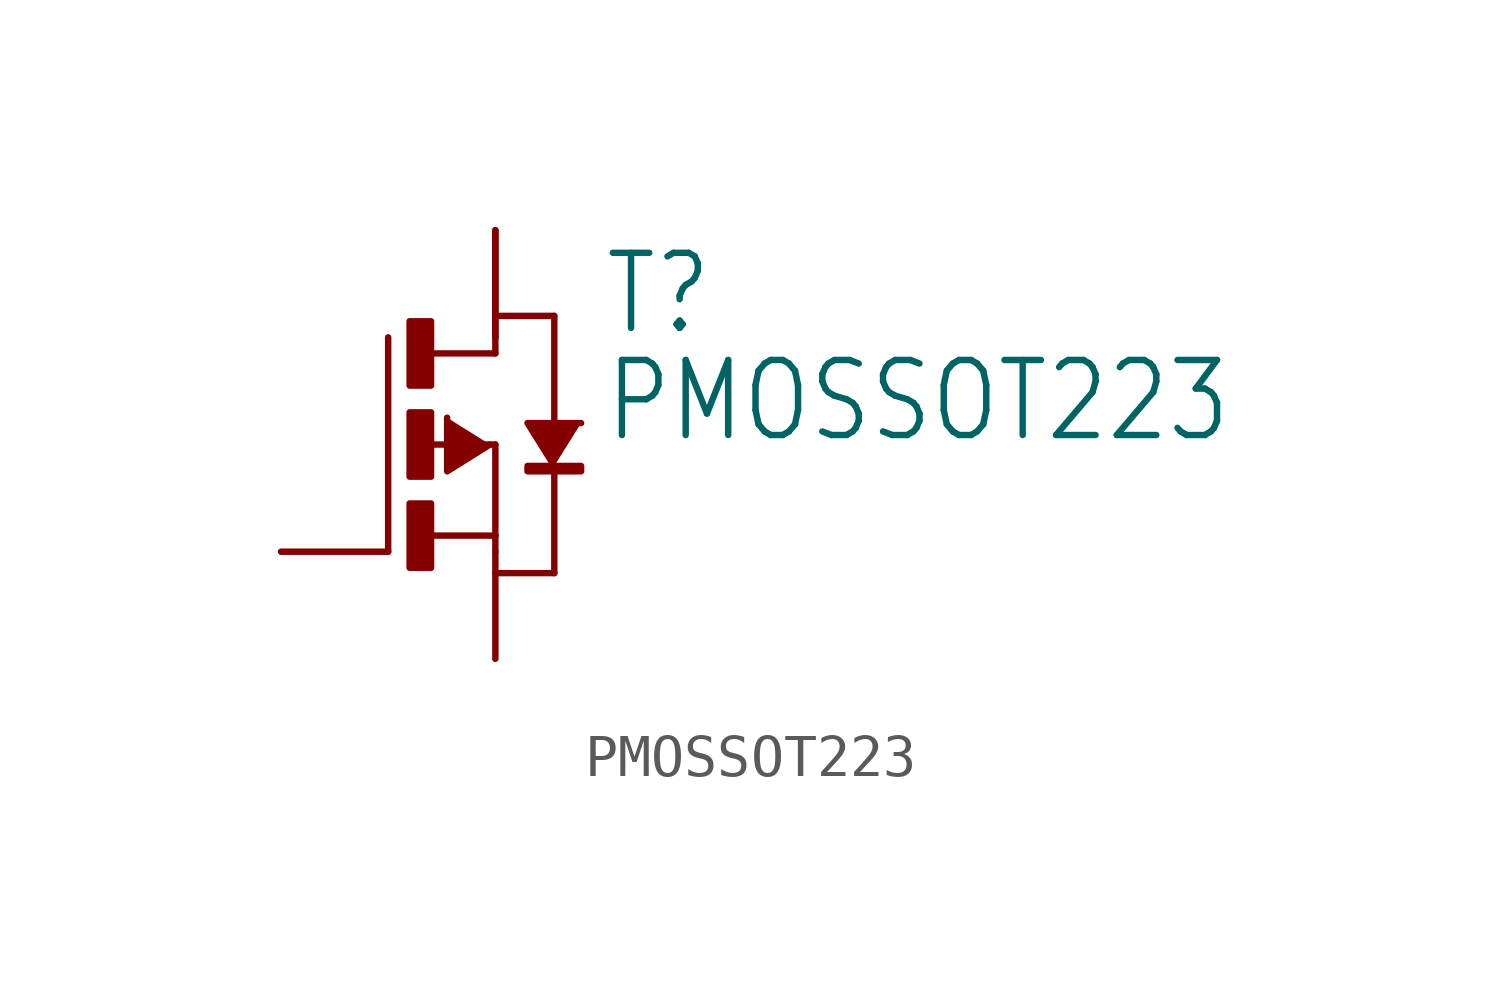
<source format=kicad_sym>
(kicad_symbol_lib
  (version 20211014)
  (generator kicad_symbol_editor)
  (symbol "PMOSSOT223"
    (property "Reference" "T"
      (at 2.54 2.54 0)
      (effects (font (size 1.778 1.511)) (justify left bottom)))
    (property "Value" "PMOSSOT223"
      (at 2.54 0 0)
      (effects (font (size 1.778 1.511)) (justify left bottom)))
    (property "ki_locked" ""
      (at 0 0 0)
      (effects (font (size 1.27 1.27))))
    (symbol "PMOSSOT223_1_0"
      (rectangle (start -2.032 -2.921) (end -1.524 -1.397) (stroke (width 0) (type default) (color 0 0 0 0)) (fill (type outline)))
      (rectangle (start -2.032 -0.762) (end -1.524 0.762) (stroke (width 0) (type default) (color 0 0 0 0)) (fill (type outline)))
      (rectangle (start -2.032 1.397) (end -1.524 2.921) (stroke (width 0) (type default) (color 0 0 0 0)) (fill (type outline)))
      (polyline (pts (xy -2.54 -2.54) (xy -2.54 2.54)) (stroke (width 0.152) (type default) (color 0 0 0 0)) (fill (type none)))
      (polyline (pts (xy -1.651 0) (xy 0 0)) (stroke (width 0.152) (type default) (color 0 0 0 0)) (fill (type none)))
      (polyline (pts (xy -1.524 -2.159) (xy 0 -2.159)) (stroke (width 0.152) (type default) (color 0 0 0 0)) (fill (type none)))
      (polyline (pts (xy -1.524 2.159) (xy 0 2.159)) (stroke (width 0.152) (type default) (color 0 0 0 0)) (fill (type none)))
      (polyline (pts (xy 0 -2.159) (xy 0 -2.54)) (stroke (width 0.152) (type default) (color 0 0 0 0)) (fill (type none)))
      (polyline (pts (xy 0 0) (xy 0 -2.159)) (stroke (width 0.152) (type default) (color 0 0 0 0)) (fill (type none)))
      (polyline (pts (xy 0 2.159) (xy 0 2.54)) (stroke (width 0.152) (type default) (color 0 0 0 0)) (fill (type none)))
      (polyline (pts (xy 0 3.048) (xy 1.397 3.048)) (stroke (width 0.152) (type default) (color 0 0 0 0)) (fill (type none)))
      (polyline (pts (xy 1.397 -3.048) (xy 0 -3.048)) (stroke (width 0.152) (type default) (color 0 0 0 0)) (fill (type none)))
      (polyline (pts (xy 1.397 -0.508) (xy 1.397 -3.048)) (stroke (width 0.152) (type default) (color 0 0 0 0)) (fill (type none)))
      (polyline (pts (xy 1.397 3.048) (xy 1.397 0.381)) (stroke (width 0.152) (type default) (color 0 0 0 0)) (fill (type none)))
      (polyline (pts (xy -0.127 0) (xy -1.143 -0.635) (xy -1.143 0.635)) (stroke (width 0) (type default) (color 0 0 0 0)) (fill (type outline)))
      (polyline (pts (xy 1.397 -0.508) (xy 0.762 0.508) (xy 2.032 0.508)) (stroke (width 0) (type default) (color 0 0 0 0)) (fill (type outline)))
      (rectangle (start 0.762 -0.635) (end 2.032 -0.508) (stroke (width 0) (type default) (color 0 0 0 0)) (fill (type outline)))
      (pin passive line (at -5.08 -2.54 0) (length 2.54) (name "G" (effects (font (size 0 0)))) (number "1" (effects (font (size 0 0)))))
      (pin passive line (at 0 5.08 270) (length 2.54) (name "D" (effects (font (size 0 0)))) (number "2" (effects (font (size 0 0)))))
      (pin passive line (at 0 -5.08 90) (length 2.54) (name "S" (effects (font (size 0 0)))) (number "3" (effects (font (size 0 0)))))
      (pin passive line (at 0 5.08 270) (length 2.54) (name "D" (effects (font (size 0 0)))) (number "4" (effects (font (size 0 0))))))))
</source>
